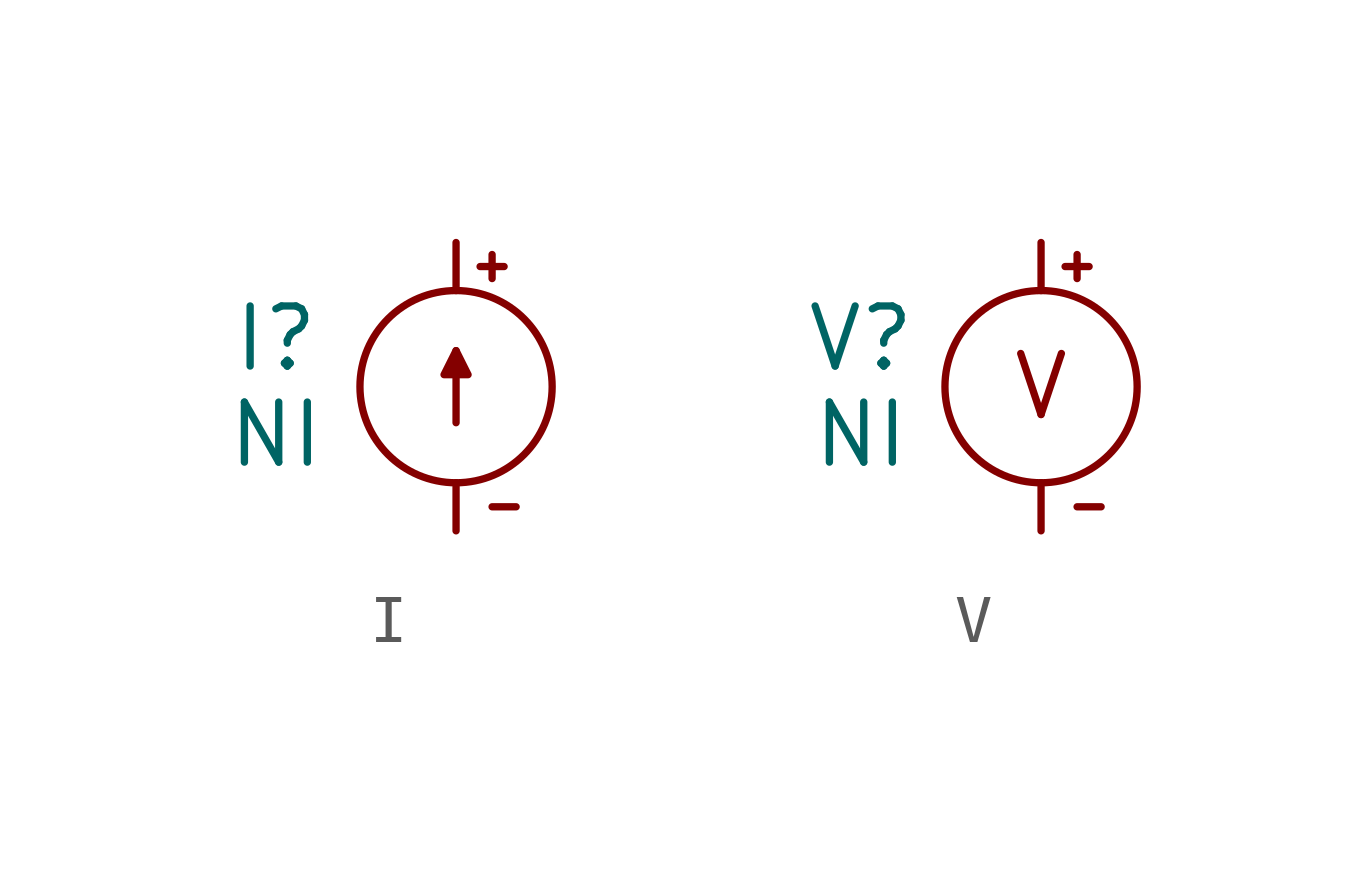
<source format=kicad_sym>
(kicad_symbol_lib
  (version 20241209)
  (generator "kicad_symbol_editor")
  (generator_version "9.0")
  (symbol "I"
    (pin_numbers
      (hide yes))
    (pin_names
      (offset 0)
      (hide yes))
    (property "Reference" "I"
      (at -3.75 4 0)
      (do_not_autoplace)
      (effects (font (size 1.25 1.25))))
    (property "Value" "NI"
      (at -3.75 2 0)
      (do_not_autoplace)
      (effects (font (size 1.25 1.25))))
    (symbol "I_0_1"
      (circle (center 0 3) (radius 2) (stroke (width 0) (type default)) (fill (type none)))
      (polyline (pts (xy 0 2.25) (xy 0 3.75)) (stroke (width 0) (type default)) (fill (type none)))
      (polyline (pts (xy 0.5 5.5) (xy 1 5.5)) (stroke (width 0) (type default)) (fill (type none)))
      (polyline (pts (xy 0.75 5.25) (xy 0.75 5.75)) (stroke (width 0) (type default)) (fill (type none)))
      (polyline (pts (xy 1.25 0.5) (xy 0.75 0.5)) (stroke (width 0) (type default)) (fill (type none))))
    (symbol "I_1_1"
      (polyline (pts (xy 0 3.75) (xy -0.25 3.25) (xy 0.25 3.25) (xy 0 3.75)) (stroke (width 0) (type solid)) (fill (type outline)))
      (pin passive line (at 0 6 270) (length 1) (name "P" (effects (font (size 1.25 1.25)))) (number "P" (effects (font (size 1.25 1.25)))))
      (pin passive line (at 0 0 90) (length 1) (name "N" (effects (font (size 1.25 1.25)))) (number "N" (effects (font (size 1.25 1.25)))))))
  (symbol "V"
    (pin_numbers
      (hide yes))
    (pin_names
      (offset 0)
      (hide yes))
    (property "Reference" "V"
      (at -3.75 4 0)
      (do_not_autoplace)
      (effects (font (size 1.25 1.25))))
    (property "Value" "NI"
      (at -3.75 2 0)
      (do_not_autoplace)
      (effects (font (size 1.25 1.25))))
    (symbol "V_0_1"
      (circle (center 0 3) (radius 2) (stroke (width 0) (type default)) (fill (type none)))
      (polyline (pts (xy 0.5 5.5) (xy 1 5.5)) (stroke (width 0) (type default)) (fill (type none)))
      (polyline (pts (xy 0.75 5.25) (xy 0.75 5.75)) (stroke (width 0) (type default)) (fill (type none)))
      (polyline (pts (xy 1.25 0.5) (xy 0.75 0.5)) (stroke (width 0) (type default)) (fill (type none))))
    (symbol "V_1_1"
      (text "V" (at 0 3 0) (effects (font (size 1.27 1.27))))
      (pin passive line (at 0 6 270) (length 1) (name "P" (effects (font (size 1.25 1.25)))) (number "P" (effects (font (size 1.25 1.25)))))
      (pin passive line (at 0 0 90) (length 1) (name "N" (effects (font (size 1.25 1.25)))) (number "N" (effects (font (size 1.25 1.25))))))))
</source>
